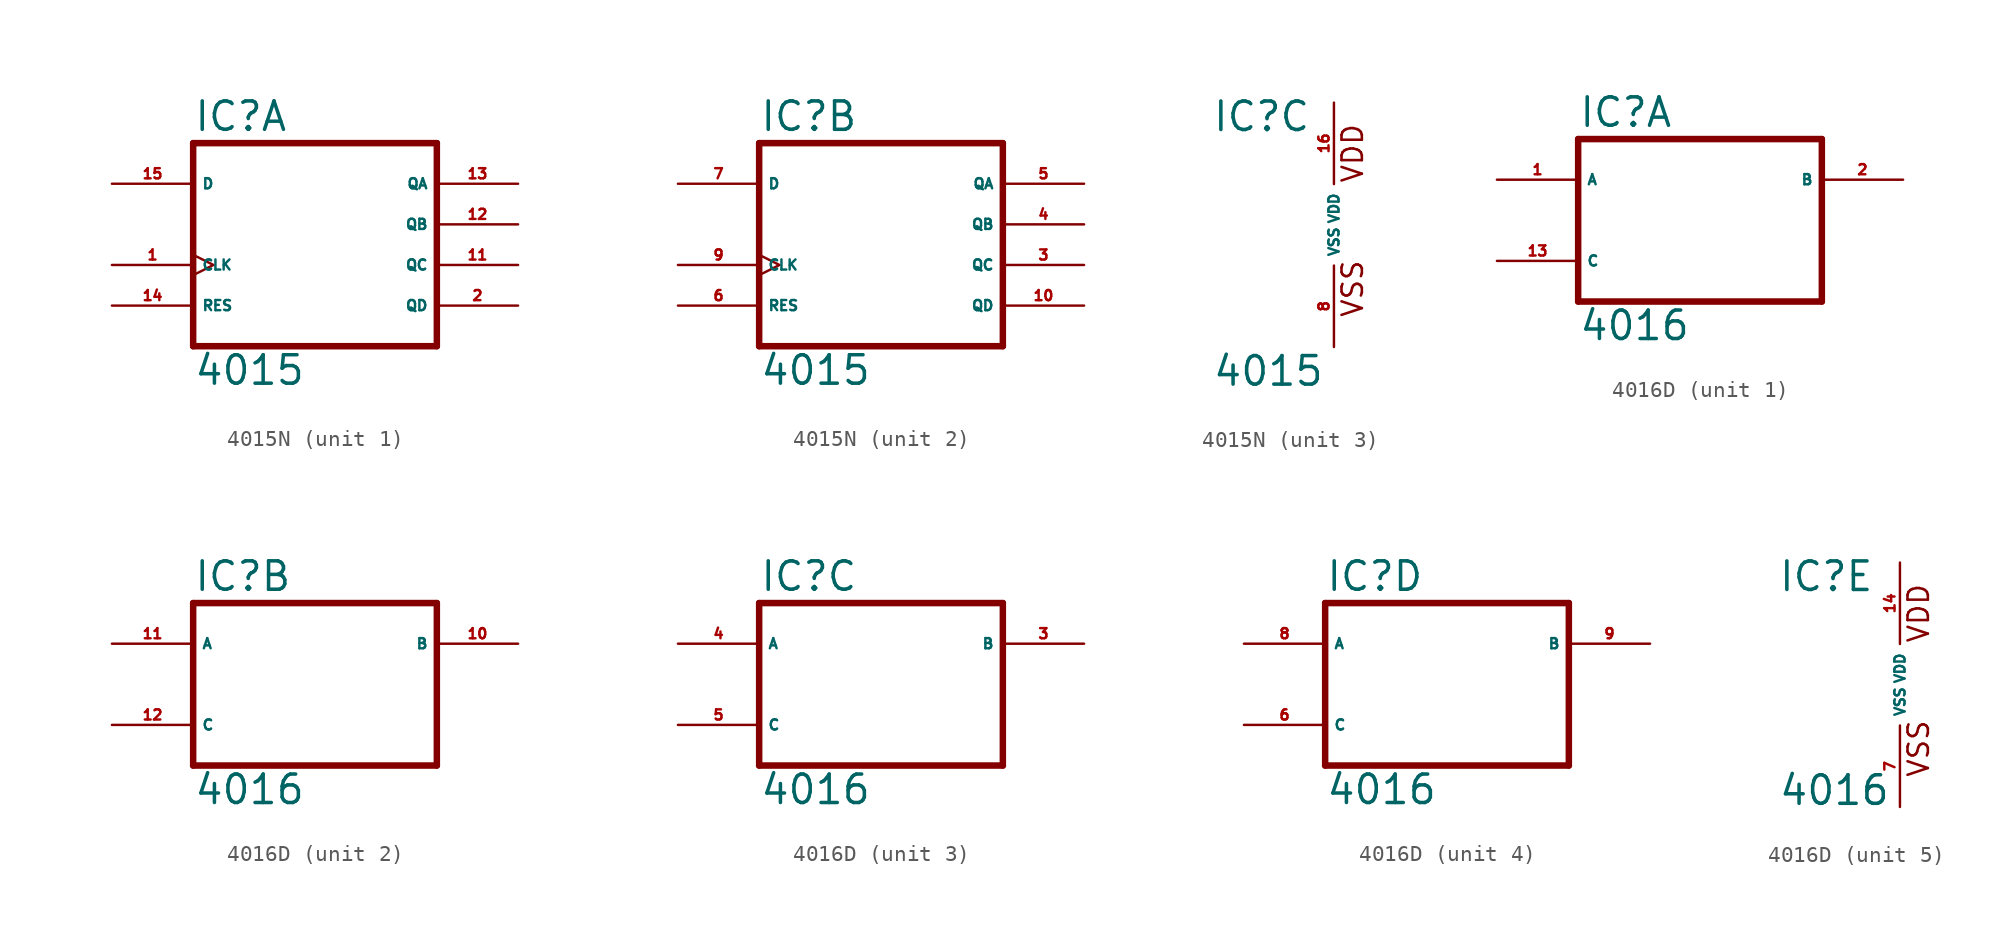
<source format=kicad_sym>
(kicad_symbol_lib
  (version 20220914)
  (generator Eagle2Kicad)
  (symbol "4015N"
    (property "Reference" "IC"
      (at -7.62 5.715 0)
      (effects (font (size 1.778 1.778) (thickness 0.22)) (justify left bottom)))
    (property "Value" "4015"
      (at -7.62 -10.16 0)
      (effects (font (size 1.778 1.778) (thickness 0.22)) (justify left bottom)))
    (symbol "4015N_1_0"
      (polyline (pts (xy -7.62 -7.62) (xy 7.62 -7.62)) (stroke (width 0.406) (type default)) (fill (type none)))
      (polyline (pts (xy 7.62 -7.62) (xy 7.62 5.08)) (stroke (width 0.406) (type default)) (fill (type none)))
      (polyline (pts (xy 7.62 5.08) (xy -7.62 5.08)) (stroke (width 0.406) (type default)) (fill (type none)))
      (polyline (pts (xy -7.62 5.08) (xy -7.62 -7.62)) (stroke (width 0.406) (type default)) (fill (type none)))
      (pin input clock (at -12.7 -2.54 0) (length 5.08) (name "CLK" (effects (font (size 0.635 0.635) (thickness 0.08)) (justify left bottom))) (number "1" (effects (font (size 0.635 0.635) (thickness 0.08)) (justify left bottom))))
      (pin output line (at 12.7 -5.08 180) (length 5.08) (name "QD" (effects (font (size 0.635 0.635) (thickness 0.08)) (justify left bottom))) (number "2" (effects (font (size 0.635 0.635) (thickness 0.08)) (justify left bottom))))
      (pin output line (at 12.7 -2.54 180) (length 5.08) (name "QC" (effects (font (size 0.635 0.635) (thickness 0.08)) (justify left bottom))) (number "11" (effects (font (size 0.635 0.635) (thickness 0.08)) (justify left bottom))))
      (pin output line (at 12.7 0 180) (length 5.08) (name "QB" (effects (font (size 0.635 0.635) (thickness 0.08)) (justify left bottom))) (number "12" (effects (font (size 0.635 0.635) (thickness 0.08)) (justify left bottom))))
      (pin output line (at 12.7 2.54 180) (length 5.08) (name "QA" (effects (font (size 0.635 0.635) (thickness 0.08)) (justify left bottom))) (number "13" (effects (font (size 0.635 0.635) (thickness 0.08)) (justify left bottom))))
      (pin input line (at -12.7 -5.08 0) (length 5.08) (name "RES" (effects (font (size 0.635 0.635) (thickness 0.08)) (justify left bottom))) (number "14" (effects (font (size 0.635 0.635) (thickness 0.08)) (justify left bottom))))
      (pin input line (at -12.7 2.54 0) (length 5.08) (name "D" (effects (font (size 0.635 0.635) (thickness 0.08)) (justify left bottom))) (number "15" (effects (font (size 0.635 0.635) (thickness 0.08)) (justify left bottom)))))
    (symbol "4015N_2_0"
      (polyline (pts (xy -7.62 -7.62) (xy 7.62 -7.62)) (stroke (width 0.406) (type default)) (fill (type none)))
      (polyline (pts (xy 7.62 -7.62) (xy 7.62 5.08)) (stroke (width 0.406) (type default)) (fill (type none)))
      (polyline (pts (xy 7.62 5.08) (xy -7.62 5.08)) (stroke (width 0.406) (type default)) (fill (type none)))
      (polyline (pts (xy -7.62 5.08) (xy -7.62 -7.62)) (stroke (width 0.406) (type default)) (fill (type none)))
      (pin input clock (at -12.7 -2.54 0) (length 5.08) (name "CLK" (effects (font (size 0.635 0.635) (thickness 0.08)) (justify left bottom))) (number "9" (effects (font (size 0.635 0.635) (thickness 0.08)) (justify left bottom))))
      (pin output line (at 12.7 -5.08 180) (length 5.08) (name "QD" (effects (font (size 0.635 0.635) (thickness 0.08)) (justify left bottom))) (number "10" (effects (font (size 0.635 0.635) (thickness 0.08)) (justify left bottom))))
      (pin output line (at 12.7 -2.54 180) (length 5.08) (name "QC" (effects (font (size 0.635 0.635) (thickness 0.08)) (justify left bottom))) (number "3" (effects (font (size 0.635 0.635) (thickness 0.08)) (justify left bottom))))
      (pin output line (at 12.7 0 180) (length 5.08) (name "QB" (effects (font (size 0.635 0.635) (thickness 0.08)) (justify left bottom))) (number "4" (effects (font (size 0.635 0.635) (thickness 0.08)) (justify left bottom))))
      (pin output line (at 12.7 2.54 180) (length 5.08) (name "QA" (effects (font (size 0.635 0.635) (thickness 0.08)) (justify left bottom))) (number "5" (effects (font (size 0.635 0.635) (thickness 0.08)) (justify left bottom))))
      (pin input line (at -12.7 -5.08 0) (length 5.08) (name "RES" (effects (font (size 0.635 0.635) (thickness 0.08)) (justify left bottom))) (number "6" (effects (font (size 0.635 0.635) (thickness 0.08)) (justify left bottom))))
      (pin input line (at -12.7 2.54 0) (length 5.08) (name "D" (effects (font (size 0.635 0.635) (thickness 0.08)) (justify left bottom))) (number "7" (effects (font (size 0.635 0.635) (thickness 0.08)) (justify left bottom)))))
    (symbol "4015N_3_0"
      (text "VDD" (at 1.905 2.54 900) (effects (font (size 1.27 1.27) (thickness 0.16)) (justify left bottom)))
      (text "VSS" (at 1.905 -5.842 900) (effects (font (size 1.27 1.27) (thickness 0.16)) (justify left bottom)))
      (pin unspecified line (at 0 -7.62 90) (length 5.08) (name "VSS" (effects (font (size 0.635 0.635) (thickness 0.08)) (justify left bottom))) (number "8" (effects (font (size 0.635 0.635) (thickness 0.08)) (justify left bottom))))
      (pin unspecified line (at 0 7.62 270) (length 5.08) (name "VDD" (effects (font (size 0.635 0.635) (thickness 0.08)) (justify left bottom))) (number "16" (effects (font (size 0.635 0.635) (thickness 0.08)) (justify left bottom))))))
  (symbol "4016D"
    (property "Reference" "IC"
      (at -7.62 5.715 0)
      (effects (font (size 1.778 1.778) (thickness 0.22)) (justify left bottom)))
    (property "Value" "4016"
      (at -7.62 -7.62 0)
      (effects (font (size 1.778 1.778) (thickness 0.22)) (justify left bottom)))
    (symbol "4016D_1_0"
      (polyline (pts (xy -7.62 -5.08) (xy 7.62 -5.08)) (stroke (width 0.406) (type default)) (fill (type none)))
      (polyline (pts (xy 7.62 -5.08) (xy 7.62 5.08)) (stroke (width 0.406) (type default)) (fill (type none)))
      (polyline (pts (xy 7.62 5.08) (xy -7.62 5.08)) (stroke (width 0.406) (type default)) (fill (type none)))
      (polyline (pts (xy -7.62 5.08) (xy -7.62 -5.08)) (stroke (width 0.406) (type default)) (fill (type none)))
      (pin tri_state line (at -12.7 2.54 0) (length 5.08) (name "A" (effects (font (size 0.635 0.635) (thickness 0.08)) (justify left bottom))) (number "1" (effects (font (size 0.635 0.635) (thickness 0.08)) (justify left bottom))))
      (pin tri_state line (at 12.7 2.54 180) (length 5.08) (name "B" (effects (font (size 0.635 0.635) (thickness 0.08)) (justify left bottom))) (number "2" (effects (font (size 0.635 0.635) (thickness 0.08)) (justify left bottom))))
      (pin input line (at -12.7 -2.54 0) (length 5.08) (name "C" (effects (font (size 0.635 0.635) (thickness 0.08)) (justify left bottom))) (number "13" (effects (font (size 0.635 0.635) (thickness 0.08)) (justify left bottom)))))
    (symbol "4016D_2_0"
      (polyline (pts (xy -7.62 -5.08) (xy 7.62 -5.08)) (stroke (width 0.406) (type default)) (fill (type none)))
      (polyline (pts (xy 7.62 -5.08) (xy 7.62 5.08)) (stroke (width 0.406) (type default)) (fill (type none)))
      (polyline (pts (xy 7.62 5.08) (xy -7.62 5.08)) (stroke (width 0.406) (type default)) (fill (type none)))
      (polyline (pts (xy -7.62 5.08) (xy -7.62 -5.08)) (stroke (width 0.406) (type default)) (fill (type none)))
      (pin tri_state line (at -12.7 2.54 0) (length 5.08) (name "A" (effects (font (size 0.635 0.635) (thickness 0.08)) (justify left bottom))) (number "11" (effects (font (size 0.635 0.635) (thickness 0.08)) (justify left bottom))))
      (pin tri_state line (at 12.7 2.54 180) (length 5.08) (name "B" (effects (font (size 0.635 0.635) (thickness 0.08)) (justify left bottom))) (number "10" (effects (font (size 0.635 0.635) (thickness 0.08)) (justify left bottom))))
      (pin input line (at -12.7 -2.54 0) (length 5.08) (name "C" (effects (font (size 0.635 0.635) (thickness 0.08)) (justify left bottom))) (number "12" (effects (font (size 0.635 0.635) (thickness 0.08)) (justify left bottom)))))
    (symbol "4016D_3_0"
      (polyline (pts (xy -7.62 -5.08) (xy 7.62 -5.08)) (stroke (width 0.406) (type default)) (fill (type none)))
      (polyline (pts (xy 7.62 -5.08) (xy 7.62 5.08)) (stroke (width 0.406) (type default)) (fill (type none)))
      (polyline (pts (xy 7.62 5.08) (xy -7.62 5.08)) (stroke (width 0.406) (type default)) (fill (type none)))
      (polyline (pts (xy -7.62 5.08) (xy -7.62 -5.08)) (stroke (width 0.406) (type default)) (fill (type none)))
      (pin tri_state line (at -12.7 2.54 0) (length 5.08) (name "A" (effects (font (size 0.635 0.635) (thickness 0.08)) (justify left bottom))) (number "4" (effects (font (size 0.635 0.635) (thickness 0.08)) (justify left bottom))))
      (pin tri_state line (at 12.7 2.54 180) (length 5.08) (name "B" (effects (font (size 0.635 0.635) (thickness 0.08)) (justify left bottom))) (number "3" (effects (font (size 0.635 0.635) (thickness 0.08)) (justify left bottom))))
      (pin input line (at -12.7 -2.54 0) (length 5.08) (name "C" (effects (font (size 0.635 0.635) (thickness 0.08)) (justify left bottom))) (number "5" (effects (font (size 0.635 0.635) (thickness 0.08)) (justify left bottom)))))
    (symbol "4016D_4_0"
      (polyline (pts (xy -7.62 -5.08) (xy 7.62 -5.08)) (stroke (width 0.406) (type default)) (fill (type none)))
      (polyline (pts (xy 7.62 -5.08) (xy 7.62 5.08)) (stroke (width 0.406) (type default)) (fill (type none)))
      (polyline (pts (xy 7.62 5.08) (xy -7.62 5.08)) (stroke (width 0.406) (type default)) (fill (type none)))
      (polyline (pts (xy -7.62 5.08) (xy -7.62 -5.08)) (stroke (width 0.406) (type default)) (fill (type none)))
      (pin tri_state line (at -12.7 2.54 0) (length 5.08) (name "A" (effects (font (size 0.635 0.635) (thickness 0.08)) (justify left bottom))) (number "8" (effects (font (size 0.635 0.635) (thickness 0.08)) (justify left bottom))))
      (pin tri_state line (at 12.7 2.54 180) (length 5.08) (name "B" (effects (font (size 0.635 0.635) (thickness 0.08)) (justify left bottom))) (number "9" (effects (font (size 0.635 0.635) (thickness 0.08)) (justify left bottom))))
      (pin input line (at -12.7 -2.54 0) (length 5.08) (name "C" (effects (font (size 0.635 0.635) (thickness 0.08)) (justify left bottom))) (number "6" (effects (font (size 0.635 0.635) (thickness 0.08)) (justify left bottom)))))
    (symbol "4016D_5_0"
      (text "VDD" (at 1.905 2.54 900) (effects (font (size 1.27 1.27) (thickness 0.16)) (justify left bottom)))
      (text "VSS" (at 1.905 -5.842 900) (effects (font (size 1.27 1.27) (thickness 0.16)) (justify left bottom)))
      (pin unspecified line (at 0 -7.62 90) (length 5.08) (name "VSS" (effects (font (size 0.635 0.635) (thickness 0.08)) (justify left bottom))) (number "7" (effects (font (size 0.635 0.635) (thickness 0.08)) (justify left bottom))))
      (pin unspecified line (at 0 7.62 270) (length 5.08) (name "VDD" (effects (font (size 0.635 0.635) (thickness 0.08)) (justify left bottom))) (number "14" (effects (font (size 0.635 0.635) (thickness 0.08)) (justify left bottom)))))))
</source>
